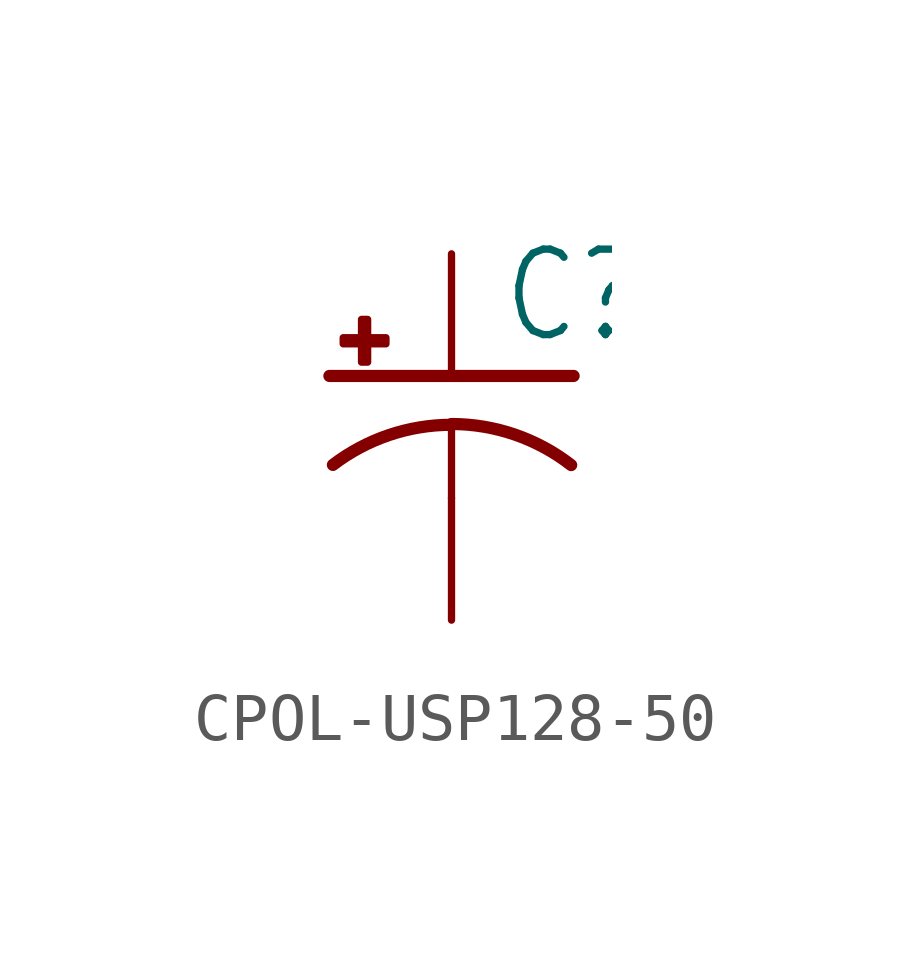
<source format=kicad_sym>
(kicad_symbol_lib
  (version 20231120)
  (generator "kicad_symbol_editor")
  (generator_version "8.0")
  (symbol "CPOL-USP128-50"
    (property "Reference" "C"
      (at 1.016 0.635 0)
      (effects (font (size 1.778 1.511)) (justify left bottom)))
    (property "Value" ""
      (at 1.016 -4.191 0)
      (effects (font (size 1.778 1.511)) (justify left bottom)))
    (property "ki_locked" ""
      (at 0 0 0)
      (effects (font (size 1.27 1.27))))
    (symbol "CPOL-USP128-50_1_0"
      (rectangle (start -2.253 0.668) (end -1.364 0.795) (stroke (width 0) (type default)) (fill (type outline)))
      (rectangle (start -1.872 0.287) (end -1.745 1.176) (stroke (width 0) (type default)) (fill (type outline)))
      (arc (start 0 -1.0161) (mid -1.3021 -1.2303) (end -2.4669 -1.8504) (stroke (width 0.254) (type solid)) (fill (type none)))
      (polyline (pts (xy -2.54 0) (xy 2.54 0)) (stroke (width 0.254) (type solid)) (fill (type none)))
      (polyline (pts (xy 0 -1.016) (xy 0 -2.54)) (stroke (width 0.152) (type solid)) (fill (type none)))
      (arc (start 2.4892 -1.8541) (mid 1.3158 -1.2194) (end 0 -1) (stroke (width 0.254) (type solid)) (fill (type none)))
      (pin passive line (at 0 2.54 270) (length 2.54) (name "+" (effects (font (size 0 0)))) (number "+" (effects (font (size 0 0)))))
      (pin passive line (at 0 -5.08 90) (length 2.54) (name "-" (effects (font (size 0 0)))) (number "-" (effects (font (size 0 0))))))))
</source>
